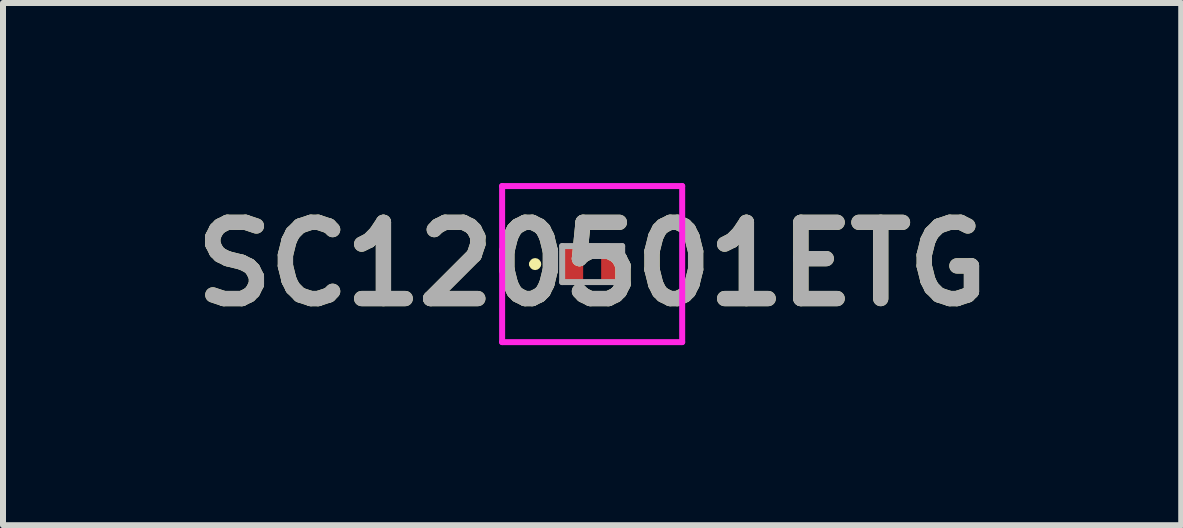
<source format=kicad_pcb>
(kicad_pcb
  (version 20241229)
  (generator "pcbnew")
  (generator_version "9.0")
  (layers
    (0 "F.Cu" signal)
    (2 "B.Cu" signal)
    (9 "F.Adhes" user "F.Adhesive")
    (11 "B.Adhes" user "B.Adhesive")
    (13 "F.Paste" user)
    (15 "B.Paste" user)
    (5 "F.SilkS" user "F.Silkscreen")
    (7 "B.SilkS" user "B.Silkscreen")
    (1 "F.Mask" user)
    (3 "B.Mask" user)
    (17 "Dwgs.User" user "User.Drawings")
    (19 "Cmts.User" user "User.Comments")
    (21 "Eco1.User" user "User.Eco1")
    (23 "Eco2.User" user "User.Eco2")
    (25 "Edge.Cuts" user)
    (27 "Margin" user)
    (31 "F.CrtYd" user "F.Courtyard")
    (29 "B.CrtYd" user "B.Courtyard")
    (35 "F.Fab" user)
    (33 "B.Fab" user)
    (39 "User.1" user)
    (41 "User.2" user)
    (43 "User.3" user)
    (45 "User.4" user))
  (footprint "SC120501ETG"
    (layer "F.Cu")
    (at 6.816 1.35)
    (property "Reference" "SC120501ETG" (at 0 0 0) (layer "F.SilkS") (effects (font (size 1.27 1.27) (thickness 0.254))))
    (attr smd)
    (fp_line (start -1 0) (end -1 0) (stroke (width 0.1) (type solid)) (layer "F.SilkS"))
    (fp_line (start -0.9 0) (end -0.9 0) (stroke (width 0.1) (type solid)) (layer "F.SilkS"))
    (fp_arc (start -1 0) (mid -0.95 -0.05) (end -0.9 0) (stroke (width 0.1) (type solid)) (layer "F.SilkS"))
    (fp_arc (start -0.9 0) (mid -0.95 0.05) (end -1 0) (stroke (width 0.1) (type solid)) (layer "F.SilkS"))
    (fp_line (start -1.5 -1.3) (end 1.5 -1.3) (stroke (width 0.1) (type solid)) (layer "F.CrtYd"))
    (fp_line (start -1.5 1.3) (end -1.5 -1.3) (stroke (width 0.1) (type solid)) (layer "F.CrtYd"))
    (fp_line (start 1.5 -1.3) (end 1.5 1.3) (stroke (width 0.1) (type solid)) (layer "F.CrtYd"))
    (fp_line (start 1.5 1.3) (end -1.5 1.3) (stroke (width 0.1) (type solid)) (layer "F.CrtYd"))
    (fp_line (start -0.5 -0.3) (end 0.5 -0.3) (stroke (width 0.1) (type solid)) (layer "F.Fab"))
    (fp_line (start -0.5 0.3) (end -0.5 -0.3) (stroke (width 0.1) (type solid)) (layer "F.Fab"))
    (fp_line (start 0.5 -0.3) (end 0.5 0.3) (stroke (width 0.1) (type solid)) (layer "F.Fab"))
    (fp_line (start 0.5 0.3) (end -0.5 0.3) (stroke (width 0.1) (type solid)) (layer "F.Fab"))
    (fp_text user "${REFERENCE}" (at 0 0 0) (layer "F.Fab") (effects (font (size 1.27 1.27) (thickness 0.254))))
    (pad "1" smd rect (at -0.325 0) (size 0.35 0.6) (layers "F.Cu" "F.Mask" "F.Paste"))
    (pad "2" smd rect (at 0.325 0) (size 0.35 0.6) (layers "F.Cu" "F.Mask" "F.Paste")))
  (gr_rect
    (start -3 -3)
    (end 16.631 5.7)
    (stroke (width 0.1) (type default))
    (fill no)
    (layer "Edge.Cuts")))
</source>
